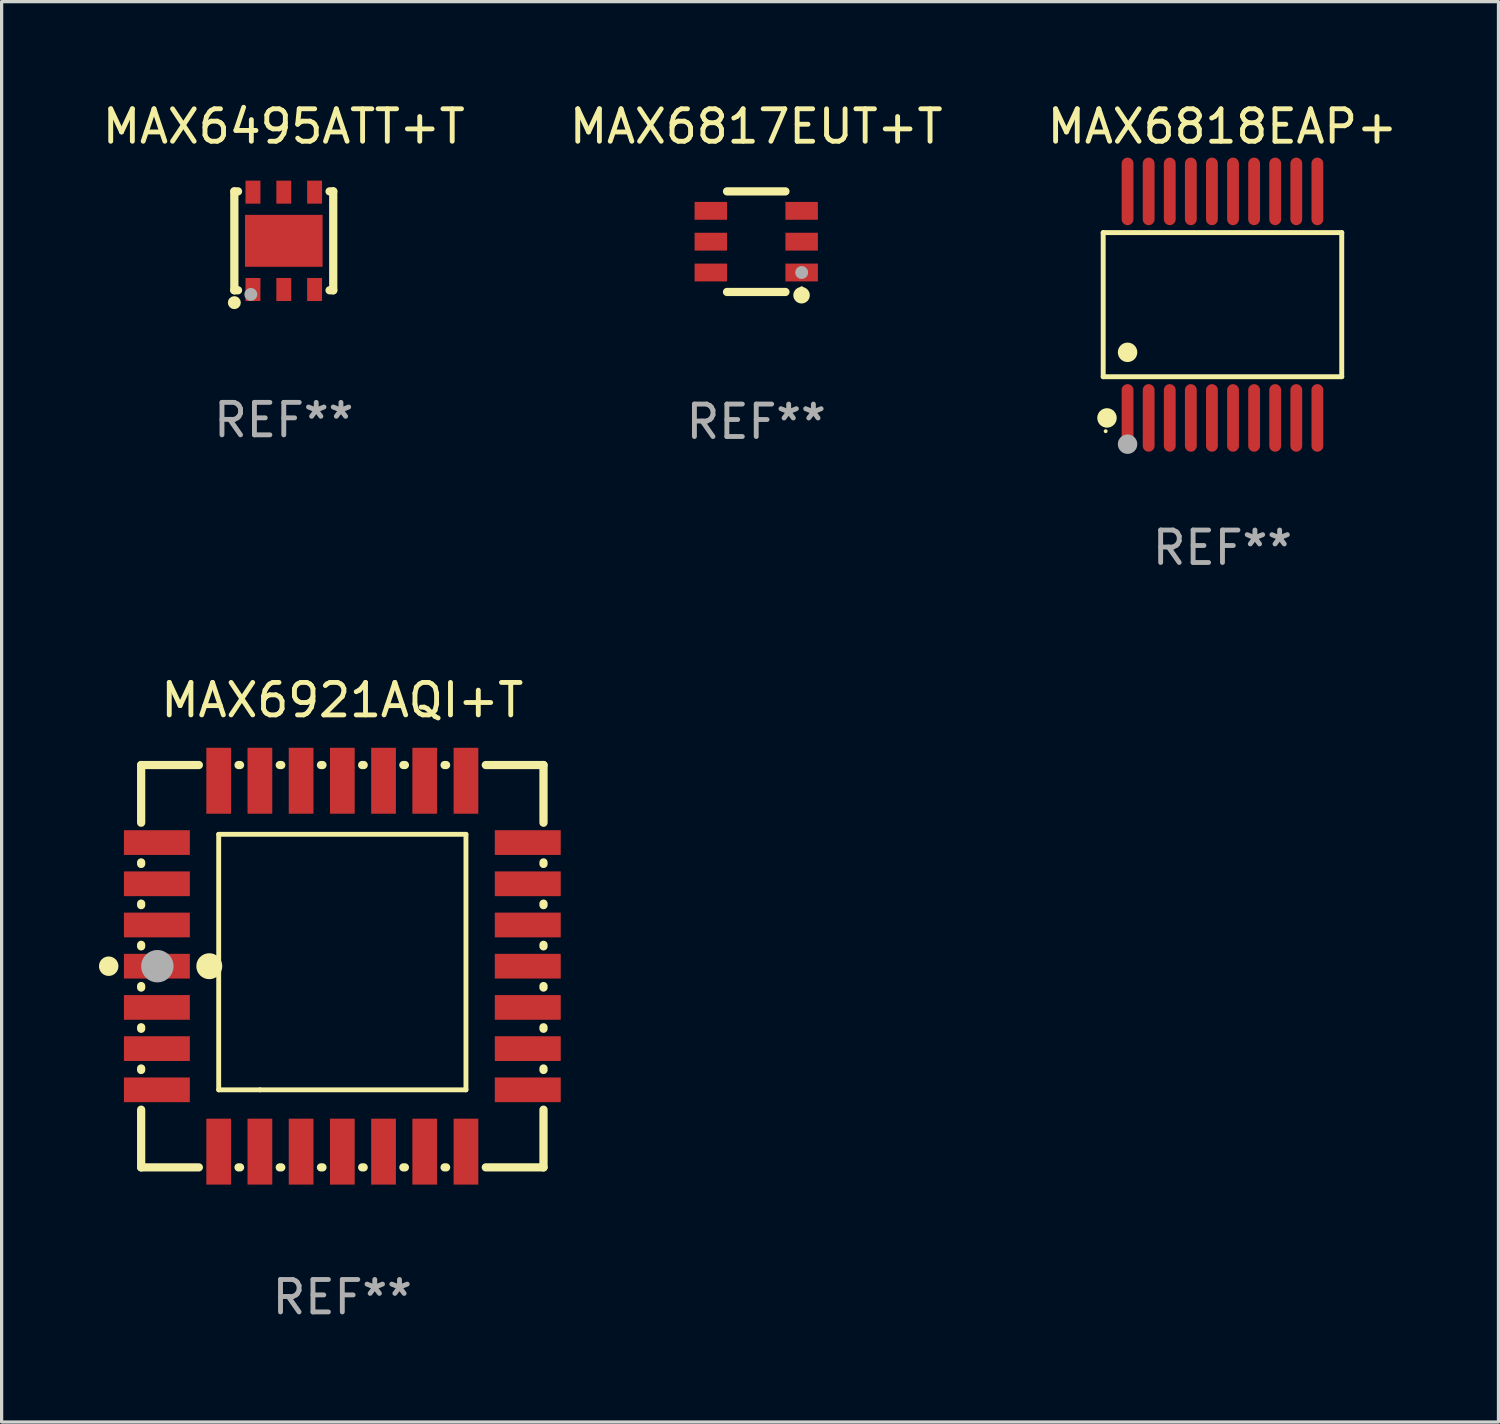
<source format=kicad_pcb>
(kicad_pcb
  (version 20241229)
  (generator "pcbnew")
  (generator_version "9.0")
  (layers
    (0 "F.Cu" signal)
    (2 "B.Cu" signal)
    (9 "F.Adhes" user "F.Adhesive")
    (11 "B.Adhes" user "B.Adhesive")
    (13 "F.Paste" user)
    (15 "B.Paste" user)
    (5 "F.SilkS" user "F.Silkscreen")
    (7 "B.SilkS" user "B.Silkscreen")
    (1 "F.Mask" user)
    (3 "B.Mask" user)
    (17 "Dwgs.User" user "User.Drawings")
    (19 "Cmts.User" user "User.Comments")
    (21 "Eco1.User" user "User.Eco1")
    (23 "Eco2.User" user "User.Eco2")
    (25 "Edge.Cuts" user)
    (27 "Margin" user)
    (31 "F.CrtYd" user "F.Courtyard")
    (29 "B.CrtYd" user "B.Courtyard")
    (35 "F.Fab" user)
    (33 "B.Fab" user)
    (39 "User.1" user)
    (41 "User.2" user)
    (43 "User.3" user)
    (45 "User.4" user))
  (footprint "MAX6817EUT+T"
    (layer "F.Cu")
    (at 20.256 4.398)
    (property "Reference" "MAX6817EUT+T" (at 0 -3.55 0) (layer "F.SilkS") (effects (font (size 1 1) (thickness 0.15))))
    (attr through_hole)
    (fp_line (start -0.9 -1.55) (end 0.9 -1.55) (stroke (width 0.254) (type solid)) (layer "F.SilkS"))
    (fp_line (start -0.9 1.55) (end 0.9 1.55) (stroke (width 0.254) (type solid)) (layer "F.SilkS"))
    (fp_circle (center 1.397 1.651) (end 1.524 1.651) (stroke (width 0.254) (type solid)) (fill no) (layer "F.SilkS"))
    (fp_circle (center 1.4 1.435) (end 1.43 1.435) (stroke (width 0.06) (type solid)) (fill no) (layer "F.SilkS"))
    (fp_circle (center 1.4 0.95) (end 1.5 0.95) (stroke (width 0.2) (type solid)) (fill no) (layer "F.Fab"))
    (fp_text user "REF**" (at 0 5.55 0) (layer "F.Fab") (effects (font (size 1 1) (thickness 0.15))))
    (pad "1" smd rect (at 1.4 0.95) (size 1 0.55) (layers "F.Cu" "F.Mask" "F.Paste"))
    (pad "2" smd rect (at 1.4 -0.000102) (size 1 0.55) (layers "F.Cu" "F.Mask" "F.Paste"))
    (pad "3" smd rect (at 1.4 -0.95) (size 1 0.55) (layers "F.Cu" "F.Mask" "F.Paste"))
    (pad "4" smd rect (at -1.4 -0.95) (size 1 0.55) (layers "F.Cu" "F.Mask" "F.Paste"))
    (pad "5" smd rect (at -1.4 -0.000102) (size 1 0.55) (layers "F.Cu" "F.Mask" "F.Paste"))
    (pad "6" smd rect (at -1.4 0.95) (size 1 0.55) (layers "F.Cu" "F.Mask" "F.Paste")))
  (footprint "MAX6921AQI+T"
    (layer "F.Cu")
    (at 7.5 26.727)
    (property "Reference" "MAX6921AQI+T" (at 0 -8.2 0) (layer "F.SilkS") (effects (font (size 1 1) (thickness 0.15))))
    (attr through_hole)
    (fp_line (start -6.2 -6.2) (end -4.422 -6.2) (stroke (width 0.254) (type solid)) (layer "F.SilkS"))
    (fp_line (start -6.2 -4.422) (end -6.2 -6.2) (stroke (width 0.254) (type solid)) (layer "F.SilkS"))
    (fp_line (start -6.2 -3.152) (end -6.2 -3.198) (stroke (width 0.254) (type solid)) (layer "F.SilkS"))
    (fp_line (start -6.2 -1.882) (end -6.2 -1.928) (stroke (width 0.254) (type solid)) (layer "F.SilkS"))
    (fp_line (start -6.2 -0.612) (end -6.2 -0.658) (stroke (width 0.254) (type solid)) (layer "F.SilkS"))
    (fp_line (start -6.2 0.658) (end -6.2 0.612) (stroke (width 0.254) (type solid)) (layer "F.SilkS"))
    (fp_line (start -6.2 1.928) (end -6.2 1.882) (stroke (width 0.254) (type solid)) (layer "F.SilkS"))
    (fp_line (start -6.2 3.198) (end -6.2 3.152) (stroke (width 0.254) (type solid)) (layer "F.SilkS"))
    (fp_line (start -6.2 6.2) (end -6.2 4.422) (stroke (width 0.254) (type solid)) (layer "F.SilkS"))
    (fp_line (start -4.422 6.2) (end -6.2 6.2) (stroke (width 0.254) (type solid)) (layer "F.SilkS"))
    (fp_line (start -3.81 -4.064) (end 3.81 -4.064) (stroke (width 0.15) (type solid)) (layer "F.SilkS"))
    (fp_line (start -3.81 3.81) (end -3.81 -4.064) (stroke (width 0.15) (type solid)) (layer "F.SilkS"))
    (fp_line (start -3.198 -6.2) (end -3.152 -6.2) (stroke (width 0.254) (type solid)) (layer "F.SilkS"))
    (fp_line (start -3.152 6.2) (end -3.198 6.2) (stroke (width 0.254) (type solid)) (layer "F.SilkS"))
    (fp_line (start -2.54 3.81) (end -3.81 3.81) (stroke (width 0.15) (type solid)) (layer "F.SilkS"))
    (fp_line (start -1.928 -6.2) (end -1.882 -6.2) (stroke (width 0.254) (type solid)) (layer "F.SilkS"))
    (fp_line (start -1.882 6.2) (end -1.928 6.2) (stroke (width 0.254) (type solid)) (layer "F.SilkS"))
    (fp_line (start -0.658 -6.2) (end -0.612 -6.2) (stroke (width 0.254) (type solid)) (layer "F.SilkS"))
    (fp_line (start -0.612 6.2) (end -0.658 6.2) (stroke (width 0.254) (type solid)) (layer "F.SilkS"))
    (fp_line (start 0.612 -6.2) (end 0.658 -6.2) (stroke (width 0.254) (type solid)) (layer "F.SilkS"))
    (fp_line (start 0.658 6.2) (end 0.612 6.2) (stroke (width 0.254) (type solid)) (layer "F.SilkS"))
    (fp_line (start 1.882 -6.2) (end 1.928 -6.2) (stroke (width 0.254) (type solid)) (layer "F.SilkS"))
    (fp_line (start 1.928 6.2) (end 1.882 6.2) (stroke (width 0.254) (type solid)) (layer "F.SilkS"))
    (fp_line (start 3.152 -6.2) (end 3.198 -6.2) (stroke (width 0.254) (type solid)) (layer "F.SilkS"))
    (fp_line (start 3.198 6.2) (end 3.152 6.2) (stroke (width 0.254) (type solid)) (layer "F.SilkS"))
    (fp_line (start 3.81 -4.064) (end 3.81 3.81) (stroke (width 0.15) (type solid)) (layer "F.SilkS"))
    (fp_line (start 3.81 3.81) (end -2.54 3.81) (stroke (width 0.15) (type solid)) (layer "F.SilkS"))
    (fp_line (start 4.422 -6.2) (end 6.2 -6.2) (stroke (width 0.254) (type solid)) (layer "F.SilkS"))
    (fp_line (start 6.2 -6.2) (end 6.2 -4.422) (stroke (width 0.254) (type solid)) (layer "F.SilkS"))
    (fp_line (start 6.2 -3.198) (end 6.2 -3.152) (stroke (width 0.254) (type solid)) (layer "F.SilkS"))
    (fp_line (start 6.2 -1.928) (end 6.2 -1.882) (stroke (width 0.254) (type solid)) (layer "F.SilkS"))
    (fp_line (start 6.2 -0.658) (end 6.2 -0.612) (stroke (width 0.254) (type solid)) (layer "F.SilkS"))
    (fp_line (start 6.2 0.612) (end 6.2 0.658) (stroke (width 0.254) (type solid)) (layer "F.SilkS"))
    (fp_line (start 6.2 1.882) (end 6.2 1.928) (stroke (width 0.254) (type solid)) (layer "F.SilkS"))
    (fp_line (start 6.2 3.152) (end 6.2 3.198) (stroke (width 0.254) (type solid)) (layer "F.SilkS"))
    (fp_line (start 6.2 4.422) (end 6.2 6.2) (stroke (width 0.254) (type solid)) (layer "F.SilkS"))
    (fp_line (start 6.2 6.2) (end 4.422 6.2) (stroke (width 0.254) (type solid)) (layer "F.SilkS"))
    (fp_circle (center -7.2 0) (end -7.05 0) (stroke (width 0.3) (type solid)) (fill no) (layer "F.SilkS"))
    (fp_circle (center -6.223 6.223) (end -6.193 6.223) (stroke (width 0.06) (type solid)) (fill no) (layer "F.SilkS"))
    (fp_circle (center -4.1 0) (end -3.9 0) (stroke (width 0.4) (type solid)) (fill no) (layer "F.SilkS"))
    (fp_circle (center -5.7 0) (end -5.45 0) (stroke (width 0.5) (type solid)) (fill no) (layer "F.Fab"))
    (fp_text user "REF**" (at 0 10.2 0) (layer "F.Fab") (effects (font (size 1 1) (thickness 0.15))))
    (pad "1" smd rect (at -5.715 0) (size 2.032 0.762) (layers "F.Cu" "F.Mask" "F.Paste"))
    (pad "2" smd rect (at -5.715 1.27) (size 2.032 0.762) (layers "F.Cu" "F.Mask" "F.Paste"))
    (pad "3" smd rect (at -5.715 2.54) (size 2.032 0.762) (layers "F.Cu" "F.Mask" "F.Paste"))
    (pad "4" smd rect (at -5.715 3.81) (size 2.032 0.762) (layers "F.Cu" "F.Mask" "F.Paste"))
    (pad "5" smd rect (at -3.81 5.715) (size 0.762 2.032) (layers "F.Cu" "F.Mask" "F.Paste"))
    (pad "6" smd rect (at -2.54 5.715) (size 0.762 2.032) (layers "F.Cu" "F.Mask" "F.Paste"))
    (pad "7" smd rect (at -1.27 5.715) (size 0.762 2.032) (layers "F.Cu" "F.Mask" "F.Paste"))
    (pad "8" smd rect (at 0 5.715) (size 0.762 2.032) (layers "F.Cu" "F.Mask" "F.Paste"))
    (pad "9" smd rect (at 1.27 5.715) (size 0.762 2.032) (layers "F.Cu" "F.Mask" "F.Paste"))
    (pad "10" smd rect (at 2.54 5.715) (size 0.762 2.032) (layers "F.Cu" "F.Mask" "F.Paste"))
    (pad "11" smd rect (at 3.81 5.715) (size 0.762 2.032) (layers "F.Cu" "F.Mask" "F.Paste"))
    (pad "12" smd rect (at 5.715 3.81) (size 2.032 0.762) (layers "F.Cu" "F.Mask" "F.Paste"))
    (pad "13" smd rect (at 5.715 2.54) (size 2.032 0.762) (layers "F.Cu" "F.Mask" "F.Paste"))
    (pad "14" smd rect (at 5.715 1.27) (size 2.032 0.762) (layers "F.Cu" "F.Mask" "F.Paste"))
    (pad "15" smd rect (at 5.715 0) (size 2.032 0.762) (layers "F.Cu" "F.Mask" "F.Paste"))
    (pad "16" smd rect (at 5.715 -1.27) (size 2.032 0.762) (layers "F.Cu" "F.Mask" "F.Paste"))
    (pad "17" smd rect (at 5.715 -2.54) (size 2.032 0.762) (layers "F.Cu" "F.Mask" "F.Paste"))
    (pad "18" smd rect (at 5.715 -3.81) (size 2.032 0.762) (layers "F.Cu" "F.Mask" "F.Paste"))
    (pad "19" smd rect (at 3.81 -5.715) (size 0.762 2.032) (layers "F.Cu" "F.Mask" "F.Paste"))
    (pad "20" smd rect (at 2.54 -5.715) (size 0.762 2.032) (layers "F.Cu" "F.Mask" "F.Paste"))
    (pad "21" smd rect (at 1.27 -5.715) (size 0.762 2.032) (layers "F.Cu" "F.Mask" "F.Paste"))
    (pad "22" smd rect (at 0 -5.715) (size 0.762 2.032) (layers "F.Cu" "F.Mask" "F.Paste"))
    (pad "23" smd rect (at -1.27 -5.715) (size 0.762 2.032) (layers "F.Cu" "F.Mask" "F.Paste"))
    (pad "24" smd rect (at -2.54 -5.715) (size 0.762 2.032) (layers "F.Cu" "F.Mask" "F.Paste"))
    (pad "25" smd rect (at -3.81 -5.715) (size 0.762 2.032) (layers "F.Cu" "F.Mask" "F.Paste"))
    (pad "26" smd rect (at -5.715 -3.81) (size 2.032 0.762) (layers "F.Cu" "F.Mask" "F.Paste"))
    (pad "27" smd rect (at -5.715 -2.54) (size 2.032 0.762) (layers "F.Cu" "F.Mask" "F.Paste"))
    (pad "28" smd rect (at -5.715 -1.27) (size 2.032 0.762) (layers "F.Cu" "F.Mask" "F.Paste")))
  (footprint "MAX6818EAP+"
    (layer "F.Cu")
    (at 34.625 6.339)
    (property "Reference" "MAX6818EAP+" (at 0 -5.491 0) (layer "F.SilkS") (effects (font (size 1 1) (thickness 0.15))))
    (attr through_hole)
    (fp_line (start -3.676 -2.221) (end 3.676 -2.221) (stroke (width 0.152) (type solid)) (layer "F.SilkS"))
    (fp_line (start -3.676 2.221) (end -3.676 -2.221) (stroke (width 0.152) (type solid)) (layer "F.SilkS"))
    (fp_line (start 3.676 -2.221) (end 3.676 2.221) (stroke (width 0.152) (type solid)) (layer "F.SilkS"))
    (fp_line (start 3.676 2.221) (end -3.676 2.221) (stroke (width 0.152) (type solid)) (layer "F.SilkS"))
    (fp_circle (center -3.6 3.9) (end -3.57 3.9) (stroke (width 0.06) (type solid)) (fill no) (layer "F.SilkS"))
    (fp_circle (center -3.559 3.491) (end -3.409 3.491) (stroke (width 0.3) (type solid)) (fill no) (layer "F.SilkS"))
    (fp_circle (center -2.925 1.469) (end -2.775 1.469) (stroke (width 0.3) (type solid)) (fill no) (layer "F.SilkS"))
    (fp_circle (center -2.925 4.3) (end -2.775 4.3) (stroke (width 0.3) (type solid)) (fill no) (layer "F.Fab"))
    (fp_text user "REF**" (at 0 7.491 0) (layer "F.Fab") (effects (font (size 1 1) (thickness 0.15))))
    (pad "1" smd oval (at -2.925 3.491) (size 0.364 2.082) (layers "F.Cu" "F.Mask" "F.Paste"))
    (pad "2" smd oval (at -2.275 3.491) (size 0.364 2.082) (layers "F.Cu" "F.Mask" "F.Paste"))
    (pad "3" smd oval (at -1.625 3.491) (size 0.364 2.082) (layers "F.Cu" "F.Mask" "F.Paste"))
    (pad "4" smd oval (at -0.975 3.491) (size 0.364 2.082) (layers "F.Cu" "F.Mask" "F.Paste"))
    (pad "5" smd oval (at -0.325 3.491) (size 0.364 2.082) (layers "F.Cu" "F.Mask" "F.Paste"))
    (pad "6" smd oval (at 0.325 3.491) (size 0.364 2.082) (layers "F.Cu" "F.Mask" "F.Paste"))
    (pad "7" smd oval (at 0.975 3.491) (size 0.364 2.082) (layers "F.Cu" "F.Mask" "F.Paste"))
    (pad "8" smd oval (at 1.625 3.491) (size 0.364 2.082) (layers "F.Cu" "F.Mask" "F.Paste"))
    (pad "9" smd oval (at 2.275 3.491) (size 0.364 2.082) (layers "F.Cu" "F.Mask" "F.Paste"))
    (pad "10" smd oval (at 2.925 3.491) (size 0.364 2.082) (layers "F.Cu" "F.Mask" "F.Paste"))
    (pad "11" smd oval (at 2.925 -3.491) (size 0.364 2.082) (layers "F.Cu" "F.Mask" "F.Paste"))
    (pad "12" smd oval (at 2.275 -3.491) (size 0.364 2.082) (layers "F.Cu" "F.Mask" "F.Paste"))
    (pad "13" smd oval (at 1.625 -3.491) (size 0.364 2.082) (layers "F.Cu" "F.Mask" "F.Paste"))
    (pad "14" smd oval (at 0.975 -3.491) (size 0.364 2.082) (layers "F.Cu" "F.Mask" "F.Paste"))
    (pad "15" smd oval (at 0.325 -3.491) (size 0.364 2.082) (layers "F.Cu" "F.Mask" "F.Paste"))
    (pad "16" smd oval (at -0.325 -3.491) (size 0.364 2.082) (layers "F.Cu" "F.Mask" "F.Paste"))
    (pad "17" smd oval (at -0.975 -3.491) (size 0.364 2.082) (layers "F.Cu" "F.Mask" "F.Paste"))
    (pad "18" smd oval (at -1.625 -3.491) (size 0.364 2.082) (layers "F.Cu" "F.Mask" "F.Paste"))
    (pad "19" smd oval (at -2.275 -3.491) (size 0.364 2.082) (layers "F.Cu" "F.Mask" "F.Paste"))
    (pad "20" smd oval (at -2.925 -3.491) (size 0.364 2.082) (layers "F.Cu" "F.Mask" "F.Paste")))
  (footprint "MAX6495ATT+T"
    (layer "F.Cu")
    (at 5.696 4.372)
    (property "Reference" "MAX6495ATT+T" (at 0 -3.524 0) (layer "F.SilkS") (effects (font (size 1 1) (thickness 0.15))))
    (attr through_hole)
    (fp_line (start -1.524 -1.524) (end -1.524 1.524) (stroke (width 0.254) (type solid)) (layer "F.SilkS"))
    (fp_line (start -1.524 1.524) (end -1.411 1.524) (stroke (width 0.254) (type solid)) (layer "F.SilkS"))
    (fp_line (start -1.411 -1.524) (end -1.524 -1.524) (stroke (width 0.254) (type solid)) (layer "F.SilkS"))
    (fp_line (start 1.411 1.524) (end 1.524 1.524) (stroke (width 0.254) (type solid)) (layer "F.SilkS"))
    (fp_line (start 1.524 -1.524) (end 1.411 -1.524) (stroke (width 0.254) (type solid)) (layer "F.SilkS"))
    (fp_line (start 1.524 1.524) (end 1.524 -1.524) (stroke (width 0.254) (type solid)) (layer "F.SilkS"))
    (fp_circle (center -1.524 1.905) (end -1.424 1.905) (stroke (width 0.2) (type solid)) (fill no) (layer "F.SilkS"))
    (fp_circle (center -1.5 1.5) (end -1.47 1.5) (stroke (width 0.06) (type solid)) (fill no) (layer "F.SilkS"))
    (fp_circle (center -1.016 1.651) (end -0.916 1.651) (stroke (width 0.2) (type solid)) (fill no) (layer "F.Fab"))
    (fp_text user "REF**" (at 0 5.524 0) (layer "F.Fab") (effects (font (size 1 1) (thickness 0.15))))
    (pad "1" smd rect (at -0.95 1.5) (size 0.46 0.71) (layers "F.Cu" "F.Mask" "F.Paste"))
    (pad "2" smd rect (at 0 1.5) (size 0.46 0.71) (layers "F.Cu" "F.Mask" "F.Paste"))
    (pad "3" smd rect (at 0.95 1.5) (size 0.46 0.71) (layers "F.Cu" "F.Mask" "F.Paste"))
    (pad "4" smd rect (at 0.95 -1.5) (size 0.46 0.71) (layers "F.Cu" "F.Mask" "F.Paste"))
    (pad "5" smd rect (at 0 -1.5) (size 0.46 0.71) (layers "F.Cu" "F.Mask" "F.Paste"))
    (pad "6" smd rect (at -0.95 -1.5) (size 0.46 0.71) (layers "F.Cu" "F.Mask" "F.Paste"))
    (pad "7" smd rect (at 0 0.000127) (size 2.39 1.6) (layers "F.Cu" "F.Mask" "F.Paste")))
  (gr_rect
    (start -3 -3)
    (end 43.131 40.775)
    (stroke (width 0.1) (type default))
    (fill no)
    (layer "Edge.Cuts")))
</source>
